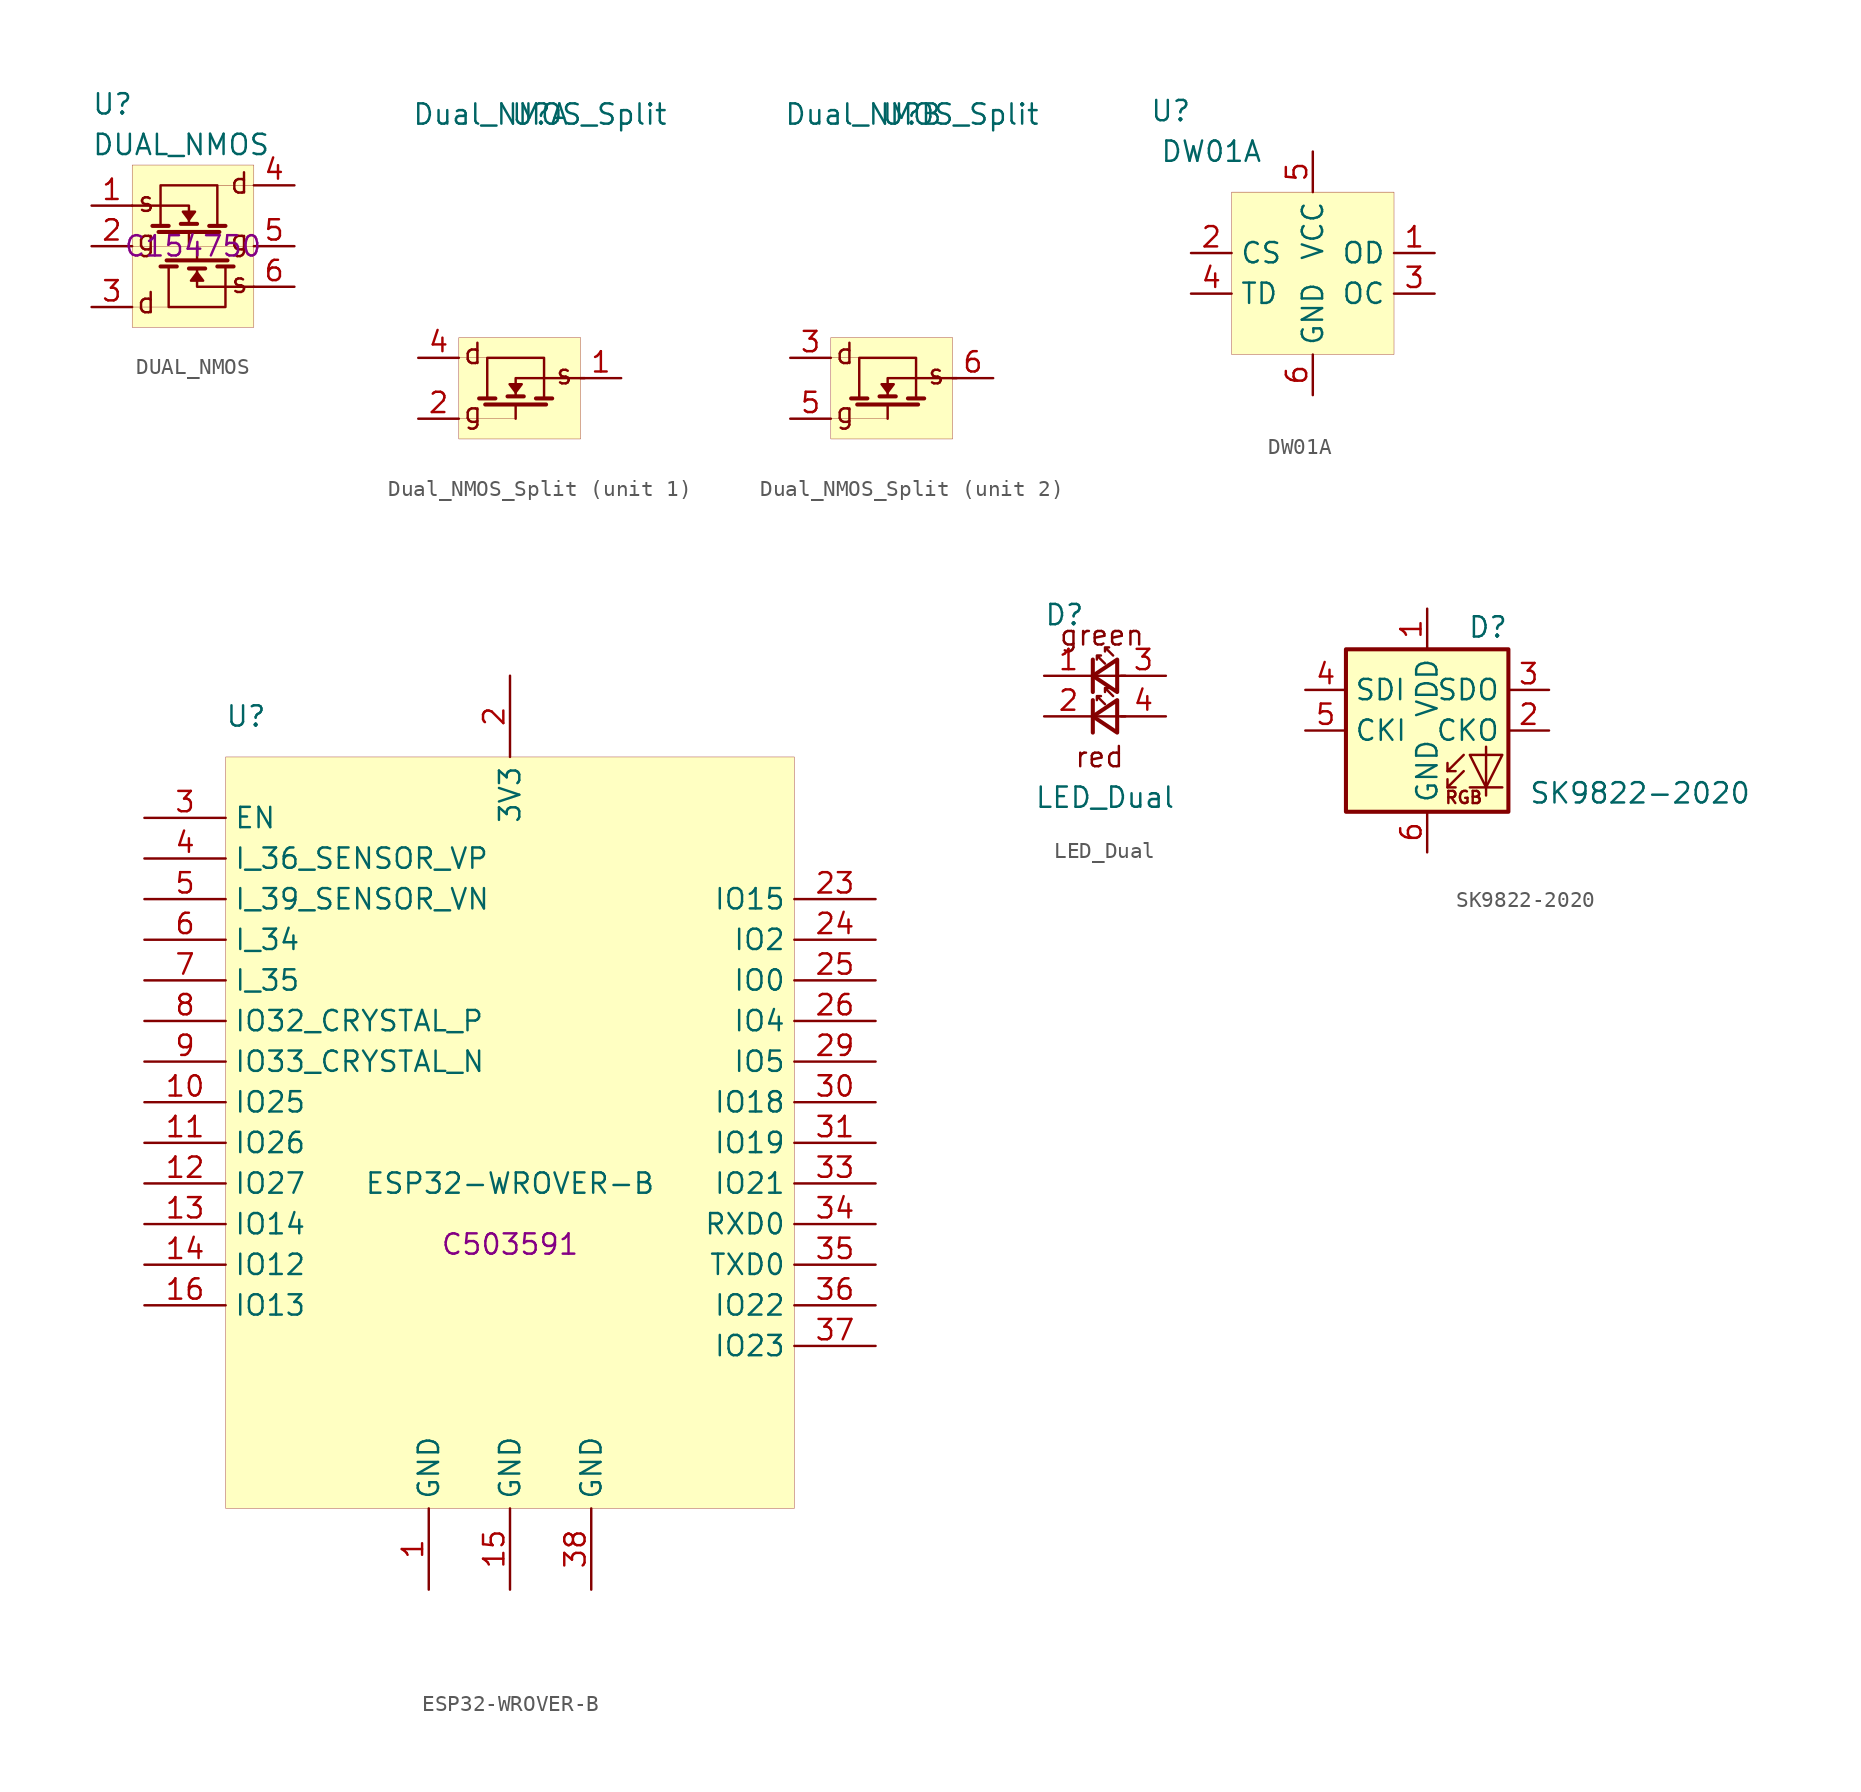
<source format=kicad_sym>
(kicad_symbol_lib
  (version 20200126)
  (host kicad_symbol_editor "(5.99.0-2290-gd34f8fd4b)")
  (symbol "f0xparts:DUAL_NMOS"
    (property "Reference" "U"
      (at -6.35 8.89 0)
      (effects (font (size 1.27 1.27)) (justify left)))
    (property "Value" "DUAL_NMOS"
      (at -6.35 6.35 0)
      (effects (font (size 1.27 1.27)) (justify left)))
    (property "LCSC" "C154750"
      (at 0 0 0)
      (effects (font (size 1.27 1.27))))
    (symbol "DUAL_NMOS_0_0"
      (text "s" (at -2.921 2.794 0) (effects (font (size 1.27 1.27))))
      (text "s" (at 2.921 -2.286 0) (effects (font (size 1.27 1.27))))
      (text "g" (at 2.921 0.381 0) (effects (font (size 1.27 1.27))))
      (text "g" (at -2.921 0.381 0) (effects (font (size 1.27 1.27))))
      (text "d" (at -2.921 -3.556 0) (effects (font (size 1.27 1.27))))
      (text "d" (at 2.921 3.937 0) (effects (font (size 1.27 1.27))))
      (pin input line (at -6.35 2.54 0) (length 2.54) (name "~" (effects (font (size 1.27 1.27)))) (number "1" (effects (font (size 1.27 1.27)))))
      (pin input line (at -6.35 0 0) (length 2.54) (name "~" (effects (font (size 1.27 1.27)))) (number "2" (effects (font (size 1.27 1.27)))))
      (pin output line (at -6.35 -3.81 0) (length 2.54) (name "~" (effects (font (size 1.27 1.27)))) (number "3" (effects (font (size 1.27 1.27)))))
      (pin output line (at 6.35 3.81 180) (length 2.54) (name "~" (effects (font (size 1.27 1.27)))) (number "4" (effects (font (size 1.27 1.27)))))
      (pin input line (at 6.35 0 180) (length 2.54) (name "~" (effects (font (size 1.27 1.27)))) (number "5" (effects (font (size 1.27 1.27)))))
      (pin input line (at 6.35 -2.54 180) (length 2.54) (name "~" (effects (font (size 1.27 1.27)))) (number "6" (effects (font (size 1.27 1.27))))))
    (symbol "DUAL_NMOS_0_1"
      (rectangle (start -3.81 5.08) (end 3.81 -5.08) (stroke (width 0.001)) (fill (type background)))
      (polyline (pts (xy 2.032 1.27) (xy 1.016 1.27)) (stroke (width 0.254)) (fill (type none)))
      (polyline (pts (xy -2.032 1.27) (xy -2.032 3.81) (xy 1.524 3.81) (xy 1.524 1.27)) (stroke (width 0)) (fill (type none)))
      (polyline (pts (xy -3.81 2.54) (xy -0.254 2.54) (xy -0.254 1.397)) (stroke (width 0)) (fill (type none)))
      (polyline (pts (xy 1.651 0.889) (xy -2.159 0.889)) (stroke (width 0.254)) (fill (type none)))
      (polyline (pts (xy -1.524 1.27) (xy -2.54 1.27)) (stroke (width 0.254)) (fill (type none)))
      (polyline (pts (xy -0.254 1.651) (xy 0.127 2.159) (xy -0.635 2.159) (xy -0.254 1.651)) (stroke (width 0)) (fill (type outline)))
      (polyline (pts (xy -0.254 0.889) (xy -0.254 0)) (stroke (width 0)) (fill (type none)))
      (polyline (pts (xy 0.254 1.397) (xy -0.762 1.397)) (stroke (width 0.254)) (fill (type none)))
      (polyline (pts (xy -0.254 0) (xy -3.81 0)) (stroke (width 0.001)) (fill (type none)))
      (polyline (pts (xy 1.524 3.81) (xy 3.81 3.81)) (stroke (width 0.001)) (fill (type none)))
      (polyline (pts (xy -0.254 -1.397) (xy 0.762 -1.397)) (stroke (width 0.254)) (fill (type none)))
      (polyline (pts (xy 0.254 -0.889) (xy 0.254 0)) (stroke (width 0)) (fill (type none)))
      (polyline (pts (xy 1.524 -1.27) (xy 2.54 -1.27)) (stroke (width 0.254)) (fill (type none)))
      (polyline (pts (xy -1.651 -0.889) (xy 2.159 -0.889)) (stroke (width 0.254)) (fill (type none)))
      (polyline (pts (xy -2.032 -1.27) (xy -1.016 -1.27)) (stroke (width 0.254)) (fill (type none)))
      (polyline (pts (xy 2.032 -1.27) (xy 2.032 -3.81) (xy -1.524 -3.81) (xy -1.524 -1.27)) (stroke (width 0)) (fill (type none)))
      (polyline (pts (xy -1.524 -3.81) (xy -3.81 -3.81)) (stroke (width 0.001)) (fill (type none)))
      (polyline (pts (xy 0.254 -1.651) (xy -0.127 -2.159) (xy 0.635 -2.159) (xy 0.254 -1.651)) (stroke (width 0)) (fill (type outline)))
      (polyline (pts (xy 3.81 -2.54) (xy 0.254 -2.54) (xy 0.254 -1.397)) (stroke (width 0)) (fill (type none)))
      (polyline (pts (xy 0.254 0) (xy 3.81 0)) (stroke (width 0.001)) (fill (type none)))))
  (symbol "f0xparts:Dual_NMOS_Split"
    (property "Reference" "U"
      (at 1.27 17.78 0)
      (effects (font (size 1.27 1.27))))
    (property "Value" "Dual_NMOS_Split"
      (at 1.27 17.78 0)
      (effects (font (size 1.27 1.27))))
    (symbol "Dual_NMOS_Split_0_0"
      (text "s" (at 2.794 1.524 0) (effects (font (size 1.27 1.27))))
      (text "g" (at -2.921 -0.889 0) (effects (font (size 1.27 1.27))))
      (text "d" (at -2.921 2.794 0) (effects (font (size 1.27 1.27)))))
    (symbol "Dual_NMOS_Split_0_1"
      (rectangle (start -3.81 3.81) (end 3.81 -2.54) (stroke (width 0.001)) (fill (type background)))
      (polyline (pts (xy 2.032 0) (xy 1.016 0)) (stroke (width 0.254)) (fill (type none)))
      (polyline (pts (xy -2.032 0) (xy -2.032 2.54) (xy 1.524 2.54) (xy 1.524 0)) (stroke (width 0)) (fill (type none)))
      (polyline (pts (xy 4.064 1.27) (xy -0.254 1.27) (xy -0.254 0.127)) (stroke (width 0)) (fill (type none)))
      (polyline (pts (xy 1.651 -0.381) (xy -2.159 -0.381)) (stroke (width 0.254)) (fill (type none)))
      (polyline (pts (xy -1.524 0) (xy -2.54 0)) (stroke (width 0.254)) (fill (type none)))
      (polyline (pts (xy -0.254 0.381) (xy 0.127 0.889) (xy -0.635 0.889) (xy -0.254 0.381)) (stroke (width 0)) (fill (type outline)))
      (polyline (pts (xy -0.254 -0.381) (xy -0.254 -1.27)) (stroke (width 0)) (fill (type none)))
      (polyline (pts (xy 0.254 0.127) (xy -0.762 0.127)) (stroke (width 0.254)) (fill (type none)))
      (polyline (pts (xy -0.254 -1.27) (xy -3.81 -1.27)) (stroke (width 0.001)) (fill (type none)))
      (polyline (pts (xy -3.937 2.54) (xy -1.651 2.54)) (stroke (width 0.001)) (fill (type none))))
    (symbol "Dual_NMOS_Split_1_0"
      (pin input line (at 6.35 1.27 180) (length 2.54) (name "~" (effects (font (size 1.27 1.27)))) (number "1" (effects (font (size 1.27 1.27)))))
      (pin input line (at -6.35 -1.27 0) (length 2.54) (name "~" (effects (font (size 1.27 1.27)))) (number "2" (effects (font (size 1.27 1.27)))))
      (pin output line (at -6.35 2.54 0) (length 2.54) (name "~" (effects (font (size 1.27 1.27)))) (number "4" (effects (font (size 1.27 1.27))))))
    (symbol "Dual_NMOS_Split_2_0"
      (pin output line (at 6.35 1.27 180) (length 2.54) (name "~" (effects (font (size 1.27 1.27)))) (number "6" (effects (font (size 1.27 1.27)))))
      (pin input line (at -6.35 -1.27 0) (length 2.54) (name "~" (effects (font (size 1.27 1.27)))) (number "5" (effects (font (size 1.27 1.27)))))
      (pin input line (at -6.35 2.54 0) (length 2.54) (name "~" (effects (font (size 1.27 1.27)))) (number "3" (effects (font (size 1.27 1.27)))))))
  (symbol "f0xparts:DW01A"
    (property "Reference" "U"
      (at -8.89 10.16 0)
      (effects (font (size 1.27 1.27))))
    (property "Value" "DW01A"
      (at -6.35 7.62 0)
      (effects (font (size 1.27 1.27))))
    (symbol "DW01A_0_1"
      (rectangle (start -5.08 5.08) (end 5.08 -5.08) (stroke (width 0.001)) (fill (type background))))
    (symbol "DW01A_0_0"
      (pin output line (at 7.62 1.27 180) (length 2.54) (name "OD" (effects (font (size 1.27 1.27)))) (number "1" (effects (font (size 1.27 1.27)))))
      (pin input line (at -7.62 1.27 0) (length 2.54) (name "CS" (effects (font (size 1.27 1.27)))) (number "2" (effects (font (size 1.27 1.27)))))
      (pin output line (at 7.62 -1.27 180) (length 2.54) (name "OC" (effects (font (size 1.27 1.27)))) (number "3" (effects (font (size 1.27 1.27)))))
      (pin input line (at -7.62 -1.27 0) (length 2.54) (name "TD" (effects (font (size 1.27 1.27)))) (number "4" (effects (font (size 1.27 1.27)))))
      (pin power_in line (at 0 7.62 270) (length 2.54) (name "VCC" (effects (font (size 1.27 1.27)))) (number "5" (effects (font (size 1.27 1.27)))))
      (pin power_in line (at 0 -7.62 90) (length 2.54) (name "GND" (effects (font (size 1.27 1.27)))) (number "6" (effects (font (size 1.27 1.27)))))))
  (symbol "f0xparts:ESP32-WROVER-B"
    (property "Reference" "U"
      (at -16.51 21.59 0)
      (effects (font (size 1.27 1.27))))
    (property "Value" "ESP32-WROVER-B"
      (at 0 -7.62 0)
      (effects (font (size 1.27 1.27))))
    (property "LCSC" "C503591"
      (at 0 -11.43 0)
      (effects (font (size 1.27 1.27))))
    (symbol "ESP32-WROVER-B_0_1"
      (rectangle (start -17.78 19.05) (end 17.78 -27.94) (stroke (width 0.001)) (fill (type background))))
    (symbol "ESP32-WROVER-B_1_1"
      (pin power_in line (at 0 -33.02 90) (length 5.08) (name "GND" (effects (font (size 1.27 1.27)))) (number "15" (effects (font (size 1.27 1.27)))))
      (pin power_in line (at 0 24.13 270) (length 5.08) (name "3V3" (effects (font (size 1.27 1.27)))) (number "2" (effects (font (size 1.27 1.27)))))
      (pin input line (at -22.86 15.24 0) (length 5.08) (name "EN" (effects (font (size 1.27 1.27)))) (number "3" (effects (font (size 1.27 1.27)))))
      (pin input line (at -22.86 12.7 0) (length 5.08) (name "I_36_SENSOR_VP" (effects (font (size 1.27 1.27)))) (number "4" (effects (font (size 1.27 1.27)))))
      (pin input line (at -22.86 10.16 0) (length 5.08) (name "I_39_SENSOR_VN" (effects (font (size 1.27 1.27)))) (number "5" (effects (font (size 1.27 1.27)))))
      (pin bidirectional line (at -22.86 -5.08 0) (length 5.08) (name "IO26" (effects (font (size 1.27 1.27)))) (number "11" (effects (font (size 1.27 1.27)))))
      (pin input line (at -22.86 5.08 0) (length 5.08) (name "I_35" (effects (font (size 1.27 1.27)))) (number "7" (effects (font (size 1.27 1.27)))))
      (pin bidirectional line (at -22.86 0 0) (length 5.08) (name "IO33_CRYSTAL_N" (effects (font (size 1.27 1.27)))) (number "9" (effects (font (size 1.27 1.27)))))
      (pin input line (at -22.86 7.62 0) (length 5.08) (name "I_34" (effects (font (size 1.27 1.27)))) (number "6" (effects (font (size 1.27 1.27)))))
      (pin bidirectional line (at -22.86 -10.16 0) (length 5.08) (name "IO14" (effects (font (size 1.27 1.27)))) (number "13" (effects (font (size 1.27 1.27)))))
      (pin bidirectional line (at -22.86 -15.24 0) (length 5.08) (name "IO13" (effects (font (size 1.27 1.27)))) (number "16" (effects (font (size 1.27 1.27)))))
      (pin bidirectional line (at -22.86 2.54 0) (length 5.08) (name "IO32_CRYSTAL_P" (effects (font (size 1.27 1.27)))) (number "8" (effects (font (size 1.27 1.27)))))
      (pin bidirectional line (at -22.86 -2.54 0) (length 5.08) (name "IO25" (effects (font (size 1.27 1.27)))) (number "10" (effects (font (size 1.27 1.27)))))
      (pin bidirectional line (at -22.86 -7.62 0) (length 5.08) (name "IO27" (effects (font (size 1.27 1.27)))) (number "12" (effects (font (size 1.27 1.27)))))
      (pin bidirectional line (at -22.86 -12.7 0) (length 5.08) (name "IO12" (effects (font (size 1.27 1.27)))) (number "14" (effects (font (size 1.27 1.27)))))
      (pin power_in line (at -5.08 -33.02 90) (length 5.08) (name "GND" (effects (font (size 1.27 1.27)))) (number "1" (effects (font (size 1.27 1.27)))))
      (pin power_in line (at 5.08 -33.02 90) (length 5.08) (name "GND" (effects (font (size 1.27 1.27)))) (number "38" (effects (font (size 1.27 1.27)))))
      (pin bidirectional line (at 22.86 10.16 180) (length 5.08) (name "IO15" (effects (font (size 1.27 1.27)))) (number "23" (effects (font (size 1.27 1.27)))))
      (pin bidirectional line (at 22.86 7.62 180) (length 5.08) (name "IO2" (effects (font (size 1.27 1.27)))) (number "24" (effects (font (size 1.27 1.27)))))
      (pin bidirectional line (at 22.86 5.08 180) (length 5.08) (name "IO0" (effects (font (size 1.27 1.27)))) (number "25" (effects (font (size 1.27 1.27)))))
      (pin bidirectional line (at 22.86 2.54 180) (length 5.08) (name "IO4" (effects (font (size 1.27 1.27)))) (number "26" (effects (font (size 1.27 1.27)))))
      (pin bidirectional line (at 22.86 0 180) (length 5.08) (name "IO5" (effects (font (size 1.27 1.27)))) (number "29" (effects (font (size 1.27 1.27)))))
      (pin bidirectional line (at 22.86 -2.54 180) (length 5.08) (name "IO18" (effects (font (size 1.27 1.27)))) (number "30" (effects (font (size 1.27 1.27)))))
      (pin bidirectional line (at 22.86 -5.08 180) (length 5.08) (name "IO19" (effects (font (size 1.27 1.27)))) (number "31" (effects (font (size 1.27 1.27)))))
      (pin bidirectional line (at 22.86 -7.62 180) (length 5.08) (name "IO21" (effects (font (size 1.27 1.27)))) (number "33" (effects (font (size 1.27 1.27)))))
      (pin bidirectional line (at 22.86 -10.16 180) (length 5.08) (name "RXD0" (effects (font (size 1.27 1.27)))) (number "34" (effects (font (size 1.27 1.27)))))
      (pin bidirectional line (at 22.86 -12.7 180) (length 5.08) (name "TXD0" (effects (font (size 1.27 1.27)))) (number "35" (effects (font (size 1.27 1.27)))))
      (pin bidirectional line (at 22.86 -15.24 180) (length 5.08) (name "IO22" (effects (font (size 1.27 1.27)))) (number "36" (effects (font (size 1.27 1.27)))))
      (pin bidirectional line (at 22.86 -17.78 180) (length 5.08) (name "IO23" (effects (font (size 1.27 1.27)))) (number "37" (effects (font (size 1.27 1.27)))))))
  (symbol "f0xparts:LED_Dual"
    (pin_names
      (offset 0) hide)
    (property "Reference" "D"
      (at -2.54 5.08 0)
      (effects (font (size 1.27 1.27))))
    (property "Value" "LED_Dual"
      (at 0 -6.35 0)
      (effects (font (size 1.27 1.27))))
    (symbol "LED_Dual_0_0"
      (text "green" (at 2.54 3.81 0) (effects (font (size 1.27 1.27)) (justify right)))
      (text "red" (at 1.27 -3.81 0) (effects (font (size 1.27 1.27)) (justify right))))
    (symbol "LED_Dual_0_1"
      (polyline (pts (xy -0.762 0.254) (xy -0.762 2.286)) (stroke (width 0.254)) (fill (type none)))
      (polyline (pts (xy 1.27 1.27) (xy -0.762 1.27)) (stroke (width 0)) (fill (type none)))
      (polyline (pts (xy 0.762 0.254) (xy -0.762 1.27) (xy 0.762 2.286) (xy 0.762 0.254)) (stroke (width 0.254)) (fill (type none)))
      (polyline (pts (xy 0 2.032) (xy -0.508 2.54) (xy -0.254 2.54) (xy -0.508 2.54) (xy -0.508 2.286)) (stroke (width 0)) (fill (type none)))
      (polyline (pts (xy 0.508 2.54) (xy 0 3.048) (xy 0.254 3.048) (xy 0 3.048) (xy 0 2.794)) (stroke (width 0)) (fill (type none)))
      (polyline (pts (xy -0.762 -2.286) (xy -0.762 -0.254)) (stroke (width 0.254)) (fill (type none)))
      (polyline (pts (xy 1.27 -1.27) (xy -0.762 -1.27)) (stroke (width 0)) (fill (type none)))
      (polyline (pts (xy 0.762 -2.286) (xy -0.762 -1.27) (xy 0.762 -0.254) (xy 0.762 -2.286)) (stroke (width 0.254)) (fill (type none)))
      (polyline (pts (xy 0 -0.508) (xy -0.508 0) (xy -0.254 0) (xy -0.508 0) (xy -0.508 -0.254)) (stroke (width 0)) (fill (type none)))
      (polyline (pts (xy 0.508 0) (xy 0 0.508) (xy 0.254 0.508) (xy 0 0.508) (xy 0 0.254)) (stroke (width 0)) (fill (type none))))
    (symbol "LED_Dual_1_1"
      (pin input line (at -3.81 1.27 0) (length 3.048) (name "C_grn" (effects (font (size 1.27 1.27)))) (number "1" (effects (font (size 1.27 1.27)))))
      (pin input line (at 3.81 1.27 180) (length 2.81) (name "A_grn" (effects (font (size 1.27 1.27)))) (number "3" (effects (font (size 1.27 1.27)))))
      (pin input line (at -3.81 -1.27 0) (length 3.048) (name "C_red" (effects (font (size 1.27 1.27)))) (number "2" (effects (font (size 1.27 1.27)))))
      (pin input line (at 3.81 -1.27 180) (length 2.81) (name "A_red" (effects (font (size 1.27 1.27)))) (number "4" (effects (font (size 1.27 1.27)))))))
  (symbol "f0xparts:SK9822-2020"
    (pin_names
      (offset 0.508))
    (property "Reference" "D"
      (at 5.08 5.715 0)
      (effects (font (size 1.27 1.27)) (justify right bottom)))
    (property "Value" "SK9822-2020"
      (at 6.35 -3.175 0)
      (effects (font (size 1.27 1.27)) (justify left top)))
    (symbol "SK9822-2020_0_0"
      (text "RGB" (at 2.286 -4.191 0) (effects (font (size 0.762 0.762)))))
    (symbol "SK9822-2020_0_1"
      (rectangle (start 5.08 5.08) (end -5.08 -5.08) (stroke (width 0.254)) (fill (type background)))
      (polyline (pts (xy 1.27 -3.556) (xy 1.778 -3.556)) (stroke (width 0)) (fill (type none)))
      (polyline (pts (xy 1.27 -2.54) (xy 1.778 -2.54)) (stroke (width 0)) (fill (type none)))
      (polyline (pts (xy 4.699 -3.556) (xy 2.667 -3.556)) (stroke (width 0)) (fill (type none)))
      (polyline (pts (xy 2.286 -2.54) (xy 1.27 -3.556) (xy 1.27 -3.048)) (stroke (width 0)) (fill (type none)))
      (polyline (pts (xy 2.286 -1.524) (xy 1.27 -2.54) (xy 1.27 -2.032)) (stroke (width 0)) (fill (type none)))
      (polyline (pts (xy 3.683 -1.016) (xy 3.683 -3.556) (xy 3.683 -4.064)) (stroke (width 0)) (fill (type none)))
      (polyline (pts (xy 4.699 -1.524) (xy 2.667 -1.524) (xy 3.683 -3.556) (xy 4.699 -1.524)) (stroke (width 0)) (fill (type none))))
    (symbol "SK9822-2020_1_1"
      (pin power_in line (at 0 7.62 270) (length 2.54) (name "VDD" (effects (font (size 1.27 1.27)))) (number "1" (effects (font (size 1.27 1.27)))))
      (pin output line (at 7.62 0 180) (length 2.54) (name "CKO" (effects (font (size 1.27 1.27)))) (number "2" (effects (font (size 1.27 1.27)))))
      (pin output line (at 7.62 2.54 180) (length 2.54) (name "SDO" (effects (font (size 1.27 1.27)))) (number "3" (effects (font (size 1.27 1.27)))))
      (pin input line (at -7.62 2.54 0) (length 2.54) (name "SDI" (effects (font (size 1.27 1.27)))) (number "4" (effects (font (size 1.27 1.27)))))
      (pin input line (at -7.62 0 0) (length 2.54) (name "CKI" (effects (font (size 1.27 1.27)))) (number "5" (effects (font (size 1.27 1.27)))))
      (pin power_in line (at 0 -7.62 90) (length 2.54) (name "GND" (effects (font (size 1.27 1.27)))) (number "6" (effects (font (size 1.27 1.27))))))))
</source>
